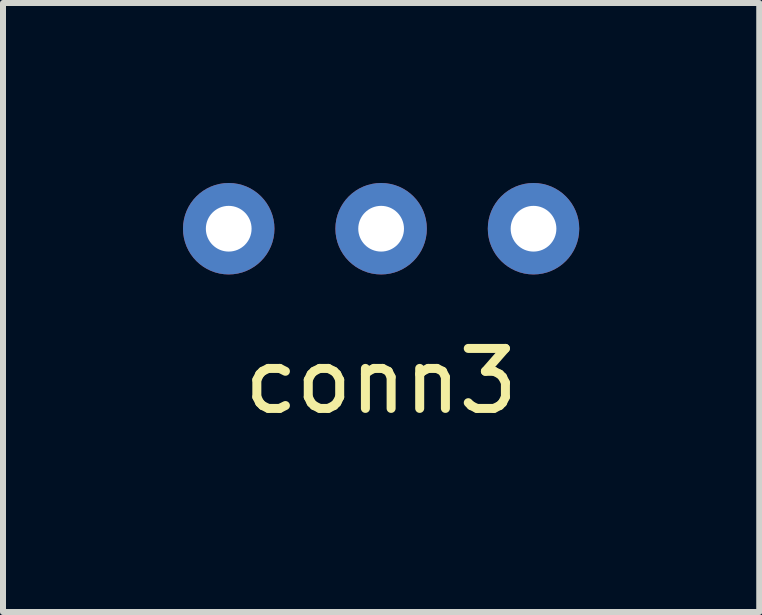
<source format=kicad_pcb>
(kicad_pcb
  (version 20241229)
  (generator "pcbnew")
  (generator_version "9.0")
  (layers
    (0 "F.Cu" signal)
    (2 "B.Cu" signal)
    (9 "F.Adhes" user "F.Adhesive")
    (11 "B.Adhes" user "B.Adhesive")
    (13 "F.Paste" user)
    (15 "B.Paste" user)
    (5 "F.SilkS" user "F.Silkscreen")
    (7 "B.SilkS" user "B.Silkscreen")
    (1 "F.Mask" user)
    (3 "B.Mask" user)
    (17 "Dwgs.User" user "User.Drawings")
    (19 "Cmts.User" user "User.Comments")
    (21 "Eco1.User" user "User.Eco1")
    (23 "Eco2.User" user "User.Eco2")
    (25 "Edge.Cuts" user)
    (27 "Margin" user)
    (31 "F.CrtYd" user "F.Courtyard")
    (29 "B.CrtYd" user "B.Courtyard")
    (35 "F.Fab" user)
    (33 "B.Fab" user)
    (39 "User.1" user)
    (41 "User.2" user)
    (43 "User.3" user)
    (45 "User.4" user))
  (footprint "conn3"
    (layer "F.Cu")
    (at 3.302 0.762)
    (property "Reference" "conn3" (at 0 2.54 0) (layer "F.SilkS") (effects (font (size 1 1) (thickness 0.15))))
    (attr through_hole)
    (pad "1" thru_hole circle (at -2.54 0) (size 1.524 1.524) (drill 0.762) (layers "*.Cu" "*.Mask"))
    (pad "2" thru_hole circle (at 0 0) (size 1.524 1.524) (drill 0.762) (layers "*.Cu" "*.Mask"))
    (pad "3" thru_hole circle (at 2.54 0) (size 1.524 1.524) (drill 0.762) (layers "*.Cu" "*.Mask")))
  (gr_rect
    (start -3 -3)
    (end 9.604 7.15)
    (stroke (width 0.1) (type default))
    (fill no)
    (layer "Edge.Cuts")))
</source>
